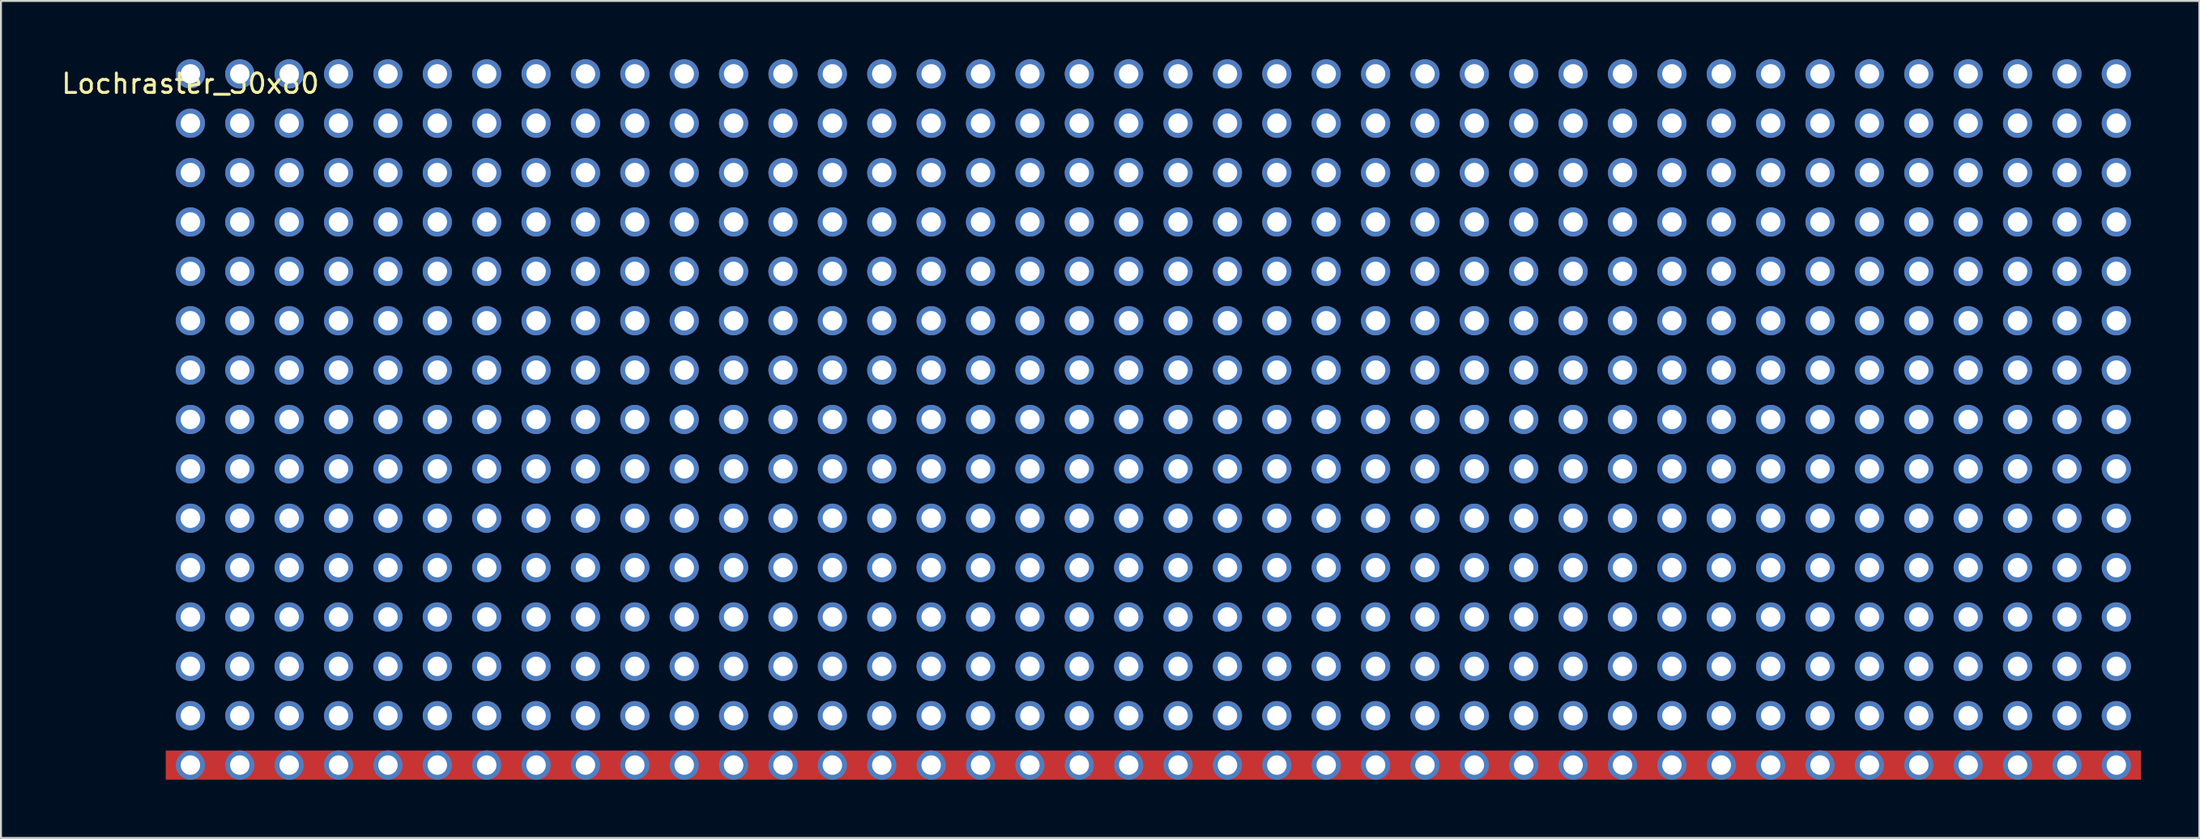
<source format=kicad_pcb>
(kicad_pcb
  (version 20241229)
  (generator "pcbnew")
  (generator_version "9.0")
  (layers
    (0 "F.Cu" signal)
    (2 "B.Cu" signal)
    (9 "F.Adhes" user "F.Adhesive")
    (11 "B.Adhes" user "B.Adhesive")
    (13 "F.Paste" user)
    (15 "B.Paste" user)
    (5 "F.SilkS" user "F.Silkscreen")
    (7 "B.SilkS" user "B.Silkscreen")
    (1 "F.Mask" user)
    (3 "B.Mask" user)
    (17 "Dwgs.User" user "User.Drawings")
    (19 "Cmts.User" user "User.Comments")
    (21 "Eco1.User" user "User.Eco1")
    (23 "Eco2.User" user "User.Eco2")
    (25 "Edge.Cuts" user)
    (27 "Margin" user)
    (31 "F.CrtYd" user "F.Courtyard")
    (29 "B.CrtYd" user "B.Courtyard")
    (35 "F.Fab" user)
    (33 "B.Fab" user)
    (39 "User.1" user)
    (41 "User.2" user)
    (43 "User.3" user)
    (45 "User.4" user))
  (footprint "Lochraster_30x80"
    (layer "F.Cu")
    (at 6.744 0.75)
    (property "Reference" "Lochraster_30x80" (at 0 0.5 0) (layer "F.SilkS") (effects (font (size 1 1) (thickness 0.15))))
    (attr through_hole)
    (pad "1" thru_hole circle (at 0 0) (size 1.5 1.5) (drill 1) (layers "*.Cu" "*.Mask"))
    (pad "2" thru_hole circle (at 2.54 0) (size 1.5 1.5) (drill 1) (layers "*.Cu" "*.Mask"))
    (pad "3" thru_hole circle (at 5.08 0) (size 1.5 1.5) (drill 1) (layers "*.Cu" "*.Mask"))
    (pad "4" thru_hole circle (at 7.62 0) (size 1.5 1.5) (drill 1) (layers "*.Cu" "*.Mask"))
    (pad "5" thru_hole circle (at 10.16 0) (size 1.5 1.5) (drill 1) (layers "*.Cu" "*.Mask"))
    (pad "6" thru_hole circle (at 12.7 0) (size 1.5 1.5) (drill 1) (layers "*.Cu" "*.Mask"))
    (pad "7" thru_hole circle (at 15.24 0) (size 1.5 1.5) (drill 1) (layers "*.Cu" "*.Mask"))
    (pad "8" thru_hole circle (at 17.78 0) (size 1.5 1.5) (drill 1) (layers "*.Cu" "*.Mask"))
    (pad "9" thru_hole circle (at 20.32 0) (size 1.5 1.5) (drill 1) (layers "*.Cu" "*.Mask"))
    (pad "10" thru_hole circle (at 22.86 0) (size 1.5 1.5) (drill 1) (layers "*.Cu" "*.Mask"))
    (pad "11" thru_hole circle (at 25.4 0) (size 1.5 1.5) (drill 1) (layers "*.Cu" "*.Mask"))
    (pad "12" thru_hole circle (at 27.94 0) (size 1.5 1.5) (drill 1) (layers "*.Cu" "*.Mask"))
    (pad "13" thru_hole circle (at 30.48 0) (size 1.5 1.5) (drill 1) (layers "*.Cu" "*.Mask"))
    (pad "14" thru_hole circle (at 33.02 0) (size 1.5 1.5) (drill 1) (layers "*.Cu" "*.Mask"))
    (pad "15" thru_hole circle (at 35.56 0) (size 1.5 1.5) (drill 1) (layers "*.Cu" "*.Mask"))
    (pad "16" thru_hole circle (at 38.1 0) (size 1.5 1.5) (drill 1) (layers "*.Cu" "*.Mask"))
    (pad "17" thru_hole circle (at 40.64 0) (size 1.5 1.5) (drill 1) (layers "*.Cu" "*.Mask"))
    (pad "18" thru_hole circle (at 43.18 0) (size 1.5 1.5) (drill 1) (layers "*.Cu" "*.Mask"))
    (pad "19" thru_hole circle (at 45.72 0) (size 1.5 1.5) (drill 1) (layers "*.Cu" "*.Mask"))
    (pad "20" thru_hole circle (at 48.26 0) (size 1.5 1.5) (drill 1) (layers "*.Cu" "*.Mask"))
    (pad "21" thru_hole circle (at 50.8 0) (size 1.5 1.5) (drill 1) (layers "*.Cu" "*.Mask"))
    (pad "22" thru_hole circle (at 53.34 0) (size 1.5 1.5) (drill 1) (layers "*.Cu" "*.Mask"))
    (pad "23" thru_hole circle (at 55.88 0) (size 1.5 1.5) (drill 1) (layers "*.Cu" "*.Mask"))
    (pad "24" thru_hole circle (at 58.42 0) (size 1.5 1.5) (drill 1) (layers "*.Cu" "*.Mask"))
    (pad "25" thru_hole circle (at 60.96 0) (size 1.5 1.5) (drill 1) (layers "*.Cu" "*.Mask"))
    (pad "26" thru_hole circle (at 63.5 0) (size 1.5 1.5) (drill 1) (layers "*.Cu" "*.Mask"))
    (pad "27" thru_hole circle (at 66.04 0) (size 1.5 1.5) (drill 1) (layers "*.Cu" "*.Mask"))
    (pad "28" thru_hole circle (at 68.58 0) (size 1.5 1.5) (drill 1) (layers "*.Cu" "*.Mask"))
    (pad "29" thru_hole circle (at 71.12 0) (size 1.5 1.5) (drill 1) (layers "*.Cu" "*.Mask"))
    (pad "30" thru_hole circle (at 73.66 0) (size 1.5 1.5) (drill 1) (layers "*.Cu" "*.Mask"))
    (pad "31" thru_hole circle (at 76.2 0) (size 1.5 1.5) (drill 1) (layers "*.Cu" "*.Mask"))
    (pad "32" thru_hole circle (at 78.74 0) (size 1.5 1.5) (drill 1) (layers "*.Cu" "*.Mask"))
    (pad "33" thru_hole circle (at 81.28 0) (size 1.5 1.5) (drill 1) (layers "*.Cu" "*.Mask"))
    (pad "34" thru_hole circle (at 83.82 0) (size 1.5 1.5) (drill 1) (layers "*.Cu" "*.Mask"))
    (pad "35" thru_hole circle (at 86.36 0) (size 1.5 1.5) (drill 1) (layers "*.Cu" "*.Mask"))
    (pad "36" thru_hole circle (at 88.9 0) (size 1.5 1.5) (drill 1) (layers "*.Cu" "*.Mask"))
    (pad "37" thru_hole circle (at 91.44 0) (size 1.5 1.5) (drill 1) (layers "*.Cu" "*.Mask"))
    (pad "38" thru_hole circle (at 93.98 0) (size 1.5 1.5) (drill 1) (layers "*.Cu" "*.Mask"))
    (pad "39" thru_hole circle (at 96.52 0) (size 1.5 1.5) (drill 1) (layers "*.Cu" "*.Mask"))
    (pad "40" thru_hole circle (at 99.06 0) (size 1.5 1.5) (drill 1) (layers "*.Cu" "*.Mask"))
    (pad "41" thru_hole circle (at 0 2.54) (size 1.5 1.5) (drill 1) (layers "*.Cu" "*.Mask"))
    (pad "42" thru_hole circle (at 2.54 2.54) (size 1.5 1.5) (drill 1) (layers "*.Cu" "*.Mask"))
    (pad "43" thru_hole circle (at 5.08 2.54) (size 1.5 1.5) (drill 1) (layers "*.Cu" "*.Mask"))
    (pad "44" thru_hole circle (at 7.62 2.54) (size 1.5 1.5) (drill 1) (layers "*.Cu" "*.Mask"))
    (pad "45" thru_hole circle (at 10.16 2.54) (size 1.5 1.5) (drill 1) (layers "*.Cu" "*.Mask"))
    (pad "46" thru_hole circle (at 12.7 2.54) (size 1.5 1.5) (drill 1) (layers "*.Cu" "*.Mask"))
    (pad "47" thru_hole circle (at 15.24 2.54) (size 1.5 1.5) (drill 1) (layers "*.Cu" "*.Mask"))
    (pad "48" thru_hole circle (at 17.78 2.54) (size 1.5 1.5) (drill 1) (layers "*.Cu" "*.Mask"))
    (pad "49" thru_hole circle (at 20.32 2.54) (size 1.5 1.5) (drill 1) (layers "*.Cu" "*.Mask"))
    (pad "50" thru_hole circle (at 22.86 2.54) (size 1.5 1.5) (drill 1) (layers "*.Cu" "*.Mask"))
    (pad "51" thru_hole circle (at 25.4 2.54) (size 1.5 1.5) (drill 1) (layers "*.Cu" "*.Mask"))
    (pad "52" thru_hole circle (at 27.94 2.54) (size 1.5 1.5) (drill 1) (layers "*.Cu" "*.Mask"))
    (pad "53" thru_hole circle (at 30.48 2.54) (size 1.5 1.5) (drill 1) (layers "*.Cu" "*.Mask"))
    (pad "54" thru_hole circle (at 33.02 2.54) (size 1.5 1.5) (drill 1) (layers "*.Cu" "*.Mask"))
    (pad "55" thru_hole circle (at 35.56 2.54) (size 1.5 1.5) (drill 1) (layers "*.Cu" "*.Mask"))
    (pad "56" thru_hole circle (at 38.1 2.54) (size 1.5 1.5) (drill 1) (layers "*.Cu" "*.Mask"))
    (pad "57" thru_hole circle (at 40.64 2.54) (size 1.5 1.5) (drill 1) (layers "*.Cu" "*.Mask"))
    (pad "58" thru_hole circle (at 43.18 2.54) (size 1.5 1.5) (drill 1) (layers "*.Cu" "*.Mask"))
    (pad "59" thru_hole circle (at 45.72 2.54) (size 1.5 1.5) (drill 1) (layers "*.Cu" "*.Mask"))
    (pad "60" thru_hole circle (at 48.26 2.54) (size 1.5 1.5) (drill 1) (layers "*.Cu" "*.Mask"))
    (pad "61" thru_hole circle (at 50.8 2.54) (size 1.5 1.5) (drill 1) (layers "*.Cu" "*.Mask"))
    (pad "62" thru_hole circle (at 53.34 2.54) (size 1.5 1.5) (drill 1) (layers "*.Cu" "*.Mask"))
    (pad "63" thru_hole circle (at 55.88 2.54) (size 1.5 1.5) (drill 1) (layers "*.Cu" "*.Mask"))
    (pad "64" thru_hole circle (at 58.42 2.54) (size 1.5 1.5) (drill 1) (layers "*.Cu" "*.Mask"))
    (pad "65" thru_hole circle (at 60.96 2.54) (size 1.5 1.5) (drill 1) (layers "*.Cu" "*.Mask"))
    (pad "66" thru_hole circle (at 63.5 2.54) (size 1.5 1.5) (drill 1) (layers "*.Cu" "*.Mask"))
    (pad "67" thru_hole circle (at 66.04 2.54) (size 1.5 1.5) (drill 1) (layers "*.Cu" "*.Mask"))
    (pad "68" thru_hole circle (at 68.58 2.54) (size 1.5 1.5) (drill 1) (layers "*.Cu" "*.Mask"))
    (pad "69" thru_hole circle (at 71.12 2.54) (size 1.5 1.5) (drill 1) (layers "*.Cu" "*.Mask"))
    (pad "70" thru_hole circle (at 73.66 2.54) (size 1.5 1.5) (drill 1) (layers "*.Cu" "*.Mask"))
    (pad "71" thru_hole circle (at 76.2 2.54) (size 1.5 1.5) (drill 1) (layers "*.Cu" "*.Mask"))
    (pad "72" thru_hole circle (at 78.74 2.54) (size 1.5 1.5) (drill 1) (layers "*.Cu" "*.Mask"))
    (pad "73" thru_hole circle (at 81.28 2.54) (size 1.5 1.5) (drill 1) (layers "*.Cu" "*.Mask"))
    (pad "74" thru_hole circle (at 83.82 2.54) (size 1.5 1.5) (drill 1) (layers "*.Cu" "*.Mask"))
    (pad "75" thru_hole circle (at 86.36 2.54) (size 1.5 1.5) (drill 1) (layers "*.Cu" "*.Mask"))
    (pad "76" thru_hole circle (at 88.9 2.54) (size 1.5 1.5) (drill 1) (layers "*.Cu" "*.Mask"))
    (pad "77" thru_hole circle (at 91.44 2.54) (size 1.5 1.5) (drill 1) (layers "*.Cu" "*.Mask"))
    (pad "78" thru_hole circle (at 93.98 2.54) (size 1.5 1.5) (drill 1) (layers "*.Cu" "*.Mask"))
    (pad "79" thru_hole circle (at 96.52 2.54) (size 1.5 1.5) (drill 1) (layers "*.Cu" "*.Mask"))
    (pad "80" thru_hole circle (at 99.06 2.54) (size 1.5 1.5) (drill 1) (layers "*.Cu" "*.Mask"))
    (pad "81" thru_hole circle (at 0 5.08) (size 1.5 1.5) (drill 1) (layers "*.Cu" "*.Mask"))
    (pad "82" thru_hole circle (at 2.54 5.08) (size 1.5 1.5) (drill 1) (layers "*.Cu" "*.Mask"))
    (pad "83" thru_hole circle (at 5.08 5.08) (size 1.5 1.5) (drill 1) (layers "*.Cu" "*.Mask"))
    (pad "84" thru_hole circle (at 7.62 5.08) (size 1.5 1.5) (drill 1) (layers "*.Cu" "*.Mask"))
    (pad "85" thru_hole circle (at 10.16 5.08) (size 1.5 1.5) (drill 1) (layers "*.Cu" "*.Mask"))
    (pad "86" thru_hole circle (at 12.7 5.08) (size 1.5 1.5) (drill 1) (layers "*.Cu" "*.Mask"))
    (pad "87" thru_hole circle (at 15.24 5.08) (size 1.5 1.5) (drill 1) (layers "*.Cu" "*.Mask"))
    (pad "88" thru_hole circle (at 17.78 5.08) (size 1.5 1.5) (drill 1) (layers "*.Cu" "*.Mask"))
    (pad "89" thru_hole circle (at 20.32 5.08) (size 1.5 1.5) (drill 1) (layers "*.Cu" "*.Mask"))
    (pad "90" thru_hole circle (at 22.86 5.08) (size 1.5 1.5) (drill 1) (layers "*.Cu" "*.Mask"))
    (pad "91" thru_hole circle (at 25.4 5.08) (size 1.5 1.5) (drill 1) (layers "*.Cu" "*.Mask"))
    (pad "92" thru_hole circle (at 27.94 5.08) (size 1.5 1.5) (drill 1) (layers "*.Cu" "*.Mask"))
    (pad "93" thru_hole circle (at 30.48 5.08) (size 1.5 1.5) (drill 1) (layers "*.Cu" "*.Mask"))
    (pad "94" thru_hole circle (at 33.02 5.08) (size 1.5 1.5) (drill 1) (layers "*.Cu" "*.Mask"))
    (pad "95" thru_hole circle (at 35.56 5.08) (size 1.5 1.5) (drill 1) (layers "*.Cu" "*.Mask"))
    (pad "96" thru_hole circle (at 38.1 5.08) (size 1.5 1.5) (drill 1) (layers "*.Cu" "*.Mask"))
    (pad "97" thru_hole circle (at 40.64 5.08) (size 1.5 1.5) (drill 1) (layers "*.Cu" "*.Mask"))
    (pad "98" thru_hole circle (at 43.18 5.08) (size 1.5 1.5) (drill 1) (layers "*.Cu" "*.Mask"))
    (pad "99" thru_hole circle (at 45.72 5.08) (size 1.5 1.5) (drill 1) (layers "*.Cu" "*.Mask"))
    (pad "100" thru_hole circle (at 48.26 5.08) (size 1.5 1.5) (drill 1) (layers "*.Cu" "*.Mask"))
    (pad "101" thru_hole circle (at 50.8 5.08) (size 1.5 1.5) (drill 1) (layers "*.Cu" "*.Mask"))
    (pad "102" thru_hole circle (at 53.34 5.08) (size 1.5 1.5) (drill 1) (layers "*.Cu" "*.Mask"))
    (pad "103" thru_hole circle (at 55.88 5.08) (size 1.5 1.5) (drill 1) (layers "*.Cu" "*.Mask"))
    (pad "104" thru_hole circle (at 58.42 5.08) (size 1.5 1.5) (drill 1) (layers "*.Cu" "*.Mask"))
    (pad "105" thru_hole circle (at 60.96 5.08) (size 1.5 1.5) (drill 1) (layers "*.Cu" "*.Mask"))
    (pad "106" thru_hole circle (at 63.5 5.08) (size 1.5 1.5) (drill 1) (layers "*.Cu" "*.Mask"))
    (pad "107" thru_hole circle (at 66.04 5.08) (size 1.5 1.5) (drill 1) (layers "*.Cu" "*.Mask"))
    (pad "108" thru_hole circle (at 68.58 5.08) (size 1.5 1.5) (drill 1) (layers "*.Cu" "*.Mask"))
    (pad "109" thru_hole circle (at 71.12 5.08) (size 1.5 1.5) (drill 1) (layers "*.Cu" "*.Mask"))
    (pad "110" thru_hole circle (at 73.66 5.08) (size 1.5 1.5) (drill 1) (layers "*.Cu" "*.Mask"))
    (pad "111" thru_hole circle (at 76.2 5.08) (size 1.5 1.5) (drill 1) (layers "*.Cu" "*.Mask"))
    (pad "112" thru_hole circle (at 78.74 5.08) (size 1.5 1.5) (drill 1) (layers "*.Cu" "*.Mask"))
    (pad "113" thru_hole circle (at 81.28 5.08) (size 1.5 1.5) (drill 1) (layers "*.Cu" "*.Mask"))
    (pad "114" thru_hole circle (at 83.82 5.08) (size 1.5 1.5) (drill 1) (layers "*.Cu" "*.Mask"))
    (pad "115" thru_hole circle (at 86.36 5.08) (size 1.5 1.5) (drill 1) (layers "*.Cu" "*.Mask"))
    (pad "116" thru_hole circle (at 88.9 5.08) (size 1.5 1.5) (drill 1) (layers "*.Cu" "*.Mask"))
    (pad "117" thru_hole circle (at 91.44 5.08) (size 1.5 1.5) (drill 1) (layers "*.Cu" "*.Mask"))
    (pad "118" thru_hole circle (at 93.98 5.08) (size 1.5 1.5) (drill 1) (layers "*.Cu" "*.Mask"))
    (pad "119" thru_hole circle (at 96.52 5.08) (size 1.5 1.5) (drill 1) (layers "*.Cu" "*.Mask"))
    (pad "120" thru_hole circle (at 99.06 5.08) (size 1.5 1.5) (drill 1) (layers "*.Cu" "*.Mask"))
    (pad "121" thru_hole circle (at 0 7.62) (size 1.5 1.5) (drill 1) (layers "*.Cu" "*.Mask"))
    (pad "122" thru_hole circle (at 2.54 7.62) (size 1.5 1.5) (drill 1) (layers "*.Cu" "*.Mask"))
    (pad "123" thru_hole circle (at 5.08 7.62) (size 1.5 1.5) (drill 1) (layers "*.Cu" "*.Mask"))
    (pad "124" thru_hole circle (at 7.62 7.62) (size 1.5 1.5) (drill 1) (layers "*.Cu" "*.Mask"))
    (pad "125" thru_hole circle (at 10.16 7.62) (size 1.5 1.5) (drill 1) (layers "*.Cu" "*.Mask"))
    (pad "126" thru_hole circle (at 12.7 7.62) (size 1.5 1.5) (drill 1) (layers "*.Cu" "*.Mask"))
    (pad "127" thru_hole circle (at 15.24 7.62) (size 1.5 1.5) (drill 1) (layers "*.Cu" "*.Mask"))
    (pad "128" thru_hole circle (at 17.78 7.62) (size 1.5 1.5) (drill 1) (layers "*.Cu" "*.Mask"))
    (pad "129" thru_hole circle (at 20.32 7.62) (size 1.5 1.5) (drill 1) (layers "*.Cu" "*.Mask"))
    (pad "130" thru_hole circle (at 22.86 7.62) (size 1.5 1.5) (drill 1) (layers "*.Cu" "*.Mask"))
    (pad "131" thru_hole circle (at 25.4 7.62) (size 1.5 1.5) (drill 1) (layers "*.Cu" "*.Mask"))
    (pad "132" thru_hole circle (at 27.94 7.62) (size 1.5 1.5) (drill 1) (layers "*.Cu" "*.Mask"))
    (pad "133" thru_hole circle (at 30.48 7.62) (size 1.5 1.5) (drill 1) (layers "*.Cu" "*.Mask"))
    (pad "134" thru_hole circle (at 33.02 7.62) (size 1.5 1.5) (drill 1) (layers "*.Cu" "*.Mask"))
    (pad "135" thru_hole circle (at 35.56 7.62) (size 1.5 1.5) (drill 1) (layers "*.Cu" "*.Mask"))
    (pad "136" thru_hole circle (at 38.1 7.62) (size 1.5 1.5) (drill 1) (layers "*.Cu" "*.Mask"))
    (pad "137" thru_hole circle (at 40.64 7.62) (size 1.5 1.5) (drill 1) (layers "*.Cu" "*.Mask"))
    (pad "138" thru_hole circle (at 43.18 7.62) (size 1.5 1.5) (drill 1) (layers "*.Cu" "*.Mask"))
    (pad "139" thru_hole circle (at 45.72 7.62) (size 1.5 1.5) (drill 1) (layers "*.Cu" "*.Mask"))
    (pad "140" thru_hole circle (at 48.26 7.62) (size 1.5 1.5) (drill 1) (layers "*.Cu" "*.Mask"))
    (pad "141" thru_hole circle (at 50.8 7.62) (size 1.5 1.5) (drill 1) (layers "*.Cu" "*.Mask"))
    (pad "142" thru_hole circle (at 53.34 7.62) (size 1.5 1.5) (drill 1) (layers "*.Cu" "*.Mask"))
    (pad "143" thru_hole circle (at 55.88 7.62) (size 1.5 1.5) (drill 1) (layers "*.Cu" "*.Mask"))
    (pad "144" thru_hole circle (at 58.42 7.62) (size 1.5 1.5) (drill 1) (layers "*.Cu" "*.Mask"))
    (pad "145" thru_hole circle (at 60.96 7.62) (size 1.5 1.5) (drill 1) (layers "*.Cu" "*.Mask"))
    (pad "146" thru_hole circle (at 63.5 7.62) (size 1.5 1.5) (drill 1) (layers "*.Cu" "*.Mask"))
    (pad "147" thru_hole circle (at 66.04 7.62) (size 1.5 1.5) (drill 1) (layers "*.Cu" "*.Mask"))
    (pad "148" thru_hole circle (at 68.58 7.62) (size 1.5 1.5) (drill 1) (layers "*.Cu" "*.Mask"))
    (pad "149" thru_hole circle (at 71.12 7.62) (size 1.5 1.5) (drill 1) (layers "*.Cu" "*.Mask"))
    (pad "150" thru_hole circle (at 73.66 7.62) (size 1.5 1.5) (drill 1) (layers "*.Cu" "*.Mask"))
    (pad "151" thru_hole circle (at 76.2 7.62) (size 1.5 1.5) (drill 1) (layers "*.Cu" "*.Mask"))
    (pad "152" thru_hole circle (at 78.74 7.62) (size 1.5 1.5) (drill 1) (layers "*.Cu" "*.Mask"))
    (pad "153" thru_hole circle (at 81.28 7.62) (size 1.5 1.5) (drill 1) (layers "*.Cu" "*.Mask"))
    (pad "154" thru_hole circle (at 83.82 7.62) (size 1.5 1.5) (drill 1) (layers "*.Cu" "*.Mask"))
    (pad "155" thru_hole circle (at 86.36 7.62) (size 1.5 1.5) (drill 1) (layers "*.Cu" "*.Mask"))
    (pad "156" thru_hole circle (at 88.9 7.62) (size 1.5 1.5) (drill 1) (layers "*.Cu" "*.Mask"))
    (pad "157" thru_hole circle (at 91.44 7.62) (size 1.5 1.5) (drill 1) (layers "*.Cu" "*.Mask"))
    (pad "158" thru_hole circle (at 93.98 7.62) (size 1.5 1.5) (drill 1) (layers "*.Cu" "*.Mask"))
    (pad "159" thru_hole circle (at 96.52 7.62) (size 1.5 1.5) (drill 1) (layers "*.Cu" "*.Mask"))
    (pad "160" thru_hole circle (at 99.06 7.62) (size 1.5 1.5) (drill 1) (layers "*.Cu" "*.Mask"))
    (pad "161" thru_hole circle (at 0 10.16) (size 1.5 1.5) (drill 1) (layers "*.Cu" "*.Mask"))
    (pad "162" thru_hole circle (at 2.54 10.16) (size 1.5 1.5) (drill 1) (layers "*.Cu" "*.Mask"))
    (pad "163" thru_hole circle (at 5.08 10.16) (size 1.5 1.5) (drill 1) (layers "*.Cu" "*.Mask"))
    (pad "164" thru_hole circle (at 7.62 10.16) (size 1.5 1.5) (drill 1) (layers "*.Cu" "*.Mask"))
    (pad "165" thru_hole circle (at 10.16 10.16) (size 1.5 1.5) (drill 1) (layers "*.Cu" "*.Mask"))
    (pad "166" thru_hole circle (at 12.7 10.16) (size 1.5 1.5) (drill 1) (layers "*.Cu" "*.Mask"))
    (pad "167" thru_hole circle (at 15.24 10.16) (size 1.5 1.5) (drill 1) (layers "*.Cu" "*.Mask"))
    (pad "168" thru_hole circle (at 17.78 10.16) (size 1.5 1.5) (drill 1) (layers "*.Cu" "*.Mask"))
    (pad "169" thru_hole circle (at 20.32 10.16) (size 1.5 1.5) (drill 1) (layers "*.Cu" "*.Mask"))
    (pad "170" thru_hole circle (at 22.86 10.16) (size 1.5 1.5) (drill 1) (layers "*.Cu" "*.Mask"))
    (pad "171" thru_hole circle (at 25.4 10.16) (size 1.5 1.5) (drill 1) (layers "*.Cu" "*.Mask"))
    (pad "172" thru_hole circle (at 27.94 10.16) (size 1.5 1.5) (drill 1) (layers "*.Cu" "*.Mask"))
    (pad "173" thru_hole circle (at 30.48 10.16) (size 1.5 1.5) (drill 1) (layers "*.Cu" "*.Mask"))
    (pad "174" thru_hole circle (at 33.02 10.16) (size 1.5 1.5) (drill 1) (layers "*.Cu" "*.Mask"))
    (pad "175" thru_hole circle (at 35.56 10.16) (size 1.5 1.5) (drill 1) (layers "*.Cu" "*.Mask"))
    (pad "176" thru_hole circle (at 38.1 10.16) (size 1.5 1.5) (drill 1) (layers "*.Cu" "*.Mask"))
    (pad "177" thru_hole circle (at 40.64 10.16) (size 1.5 1.5) (drill 1) (layers "*.Cu" "*.Mask"))
    (pad "178" thru_hole circle (at 43.18 10.16) (size 1.5 1.5) (drill 1) (layers "*.Cu" "*.Mask"))
    (pad "179" thru_hole circle (at 45.72 10.16) (size 1.5 1.5) (drill 1) (layers "*.Cu" "*.Mask"))
    (pad "180" thru_hole circle (at 48.26 10.16) (size 1.5 1.5) (drill 1) (layers "*.Cu" "*.Mask"))
    (pad "181" thru_hole circle (at 50.8 10.16) (size 1.5 1.5) (drill 1) (layers "*.Cu" "*.Mask"))
    (pad "182" thru_hole circle (at 53.34 10.16) (size 1.5 1.5) (drill 1) (layers "*.Cu" "*.Mask"))
    (pad "183" thru_hole circle (at 55.88 10.16) (size 1.5 1.5) (drill 1) (layers "*.Cu" "*.Mask"))
    (pad "184" thru_hole circle (at 58.42 10.16) (size 1.5 1.5) (drill 1) (layers "*.Cu" "*.Mask"))
    (pad "185" thru_hole circle (at 60.96 10.16) (size 1.5 1.5) (drill 1) (layers "*.Cu" "*.Mask"))
    (pad "186" thru_hole circle (at 63.5 10.16) (size 1.5 1.5) (drill 1) (layers "*.Cu" "*.Mask"))
    (pad "187" thru_hole circle (at 66.04 10.16) (size 1.5 1.5) (drill 1) (layers "*.Cu" "*.Mask"))
    (pad "188" thru_hole circle (at 68.58 10.16) (size 1.5 1.5) (drill 1) (layers "*.Cu" "*.Mask"))
    (pad "189" thru_hole circle (at 71.12 10.16) (size 1.5 1.5) (drill 1) (layers "*.Cu" "*.Mask"))
    (pad "190" thru_hole circle (at 73.66 10.16) (size 1.5 1.5) (drill 1) (layers "*.Cu" "*.Mask"))
    (pad "191" thru_hole circle (at 76.2 10.16) (size 1.5 1.5) (drill 1) (layers "*.Cu" "*.Mask"))
    (pad "192" thru_hole circle (at 78.74 10.16) (size 1.5 1.5) (drill 1) (layers "*.Cu" "*.Mask"))
    (pad "193" thru_hole circle (at 81.28 10.16) (size 1.5 1.5) (drill 1) (layers "*.Cu" "*.Mask"))
    (pad "194" thru_hole circle (at 83.82 10.16) (size 1.5 1.5) (drill 1) (layers "*.Cu" "*.Mask"))
    (pad "195" thru_hole circle (at 86.36 10.16) (size 1.5 1.5) (drill 1) (layers "*.Cu" "*.Mask"))
    (pad "196" thru_hole circle (at 88.9 10.16) (size 1.5 1.5) (drill 1) (layers "*.Cu" "*.Mask"))
    (pad "197" thru_hole circle (at 91.44 10.16) (size 1.5 1.5) (drill 1) (layers "*.Cu" "*.Mask"))
    (pad "198" thru_hole circle (at 93.98 10.16) (size 1.5 1.5) (drill 1) (layers "*.Cu" "*.Mask"))
    (pad "199" thru_hole circle (at 96.52 10.16) (size 1.5 1.5) (drill 1) (layers "*.Cu" "*.Mask"))
    (pad "200" thru_hole circle (at 99.06 10.16) (size 1.5 1.5) (drill 1) (layers "*.Cu" "*.Mask"))
    (pad "201" thru_hole circle (at 0 12.7) (size 1.5 1.5) (drill 1) (layers "*.Cu" "*.Mask"))
    (pad "202" thru_hole circle (at 2.54 12.7) (size 1.5 1.5) (drill 1) (layers "*.Cu" "*.Mask"))
    (pad "203" thru_hole circle (at 5.08 12.7) (size 1.5 1.5) (drill 1) (layers "*.Cu" "*.Mask"))
    (pad "204" thru_hole circle (at 7.62 12.7) (size 1.5 1.5) (drill 1) (layers "*.Cu" "*.Mask"))
    (pad "205" thru_hole circle (at 10.16 12.7) (size 1.5 1.5) (drill 1) (layers "*.Cu" "*.Mask"))
    (pad "206" thru_hole circle (at 12.7 12.7) (size 1.5 1.5) (drill 1) (layers "*.Cu" "*.Mask"))
    (pad "207" thru_hole circle (at 15.24 12.7) (size 1.5 1.5) (drill 1) (layers "*.Cu" "*.Mask"))
    (pad "208" thru_hole circle (at 17.78 12.7) (size 1.5 1.5) (drill 1) (layers "*.Cu" "*.Mask"))
    (pad "209" thru_hole circle (at 20.32 12.7) (size 1.5 1.5) (drill 1) (layers "*.Cu" "*.Mask"))
    (pad "210" thru_hole circle (at 22.86 12.7) (size 1.5 1.5) (drill 1) (layers "*.Cu" "*.Mask"))
    (pad "211" thru_hole circle (at 25.4 12.7) (size 1.5 1.5) (drill 1) (layers "*.Cu" "*.Mask"))
    (pad "212" thru_hole circle (at 27.94 12.7) (size 1.5 1.5) (drill 1) (layers "*.Cu" "*.Mask"))
    (pad "213" thru_hole circle (at 30.48 12.7) (size 1.5 1.5) (drill 1) (layers "*.Cu" "*.Mask"))
    (pad "214" thru_hole circle (at 33.02 12.7) (size 1.5 1.5) (drill 1) (layers "*.Cu" "*.Mask"))
    (pad "215" thru_hole circle (at 35.56 12.7) (size 1.5 1.5) (drill 1) (layers "*.Cu" "*.Mask"))
    (pad "216" thru_hole circle (at 38.1 12.7) (size 1.5 1.5) (drill 1) (layers "*.Cu" "*.Mask"))
    (pad "217" thru_hole circle (at 40.64 12.7) (size 1.5 1.5) (drill 1) (layers "*.Cu" "*.Mask"))
    (pad "218" thru_hole circle (at 43.18 12.7) (size 1.5 1.5) (drill 1) (layers "*.Cu" "*.Mask"))
    (pad "219" thru_hole circle (at 45.72 12.7) (size 1.5 1.5) (drill 1) (layers "*.Cu" "*.Mask"))
    (pad "220" thru_hole circle (at 48.26 12.7) (size 1.5 1.5) (drill 1) (layers "*.Cu" "*.Mask"))
    (pad "221" thru_hole circle (at 50.8 12.7) (size 1.5 1.5) (drill 1) (layers "*.Cu" "*.Mask"))
    (pad "222" thru_hole circle (at 53.34 12.7) (size 1.5 1.5) (drill 1) (layers "*.Cu" "*.Mask"))
    (pad "223" thru_hole circle (at 55.88 12.7) (size 1.5 1.5) (drill 1) (layers "*.Cu" "*.Mask"))
    (pad "224" thru_hole circle (at 58.42 12.7) (size 1.5 1.5) (drill 1) (layers "*.Cu" "*.Mask"))
    (pad "225" thru_hole circle (at 60.96 12.7) (size 1.5 1.5) (drill 1) (layers "*.Cu" "*.Mask"))
    (pad "226" thru_hole circle (at 63.5 12.7) (size 1.5 1.5) (drill 1) (layers "*.Cu" "*.Mask"))
    (pad "227" thru_hole circle (at 66.04 12.7) (size 1.5 1.5) (drill 1) (layers "*.Cu" "*.Mask"))
    (pad "228" thru_hole circle (at 68.58 12.7) (size 1.5 1.5) (drill 1) (layers "*.Cu" "*.Mask"))
    (pad "229" thru_hole circle (at 71.12 12.7) (size 1.5 1.5) (drill 1) (layers "*.Cu" "*.Mask"))
    (pad "230" thru_hole circle (at 73.66 12.7) (size 1.5 1.5) (drill 1) (layers "*.Cu" "*.Mask"))
    (pad "231" thru_hole circle (at 76.2 12.7) (size 1.5 1.5) (drill 1) (layers "*.Cu" "*.Mask"))
    (pad "232" thru_hole circle (at 78.74 12.7) (size 1.5 1.5) (drill 1) (layers "*.Cu" "*.Mask"))
    (pad "233" thru_hole circle (at 81.28 12.7) (size 1.5 1.5) (drill 1) (layers "*.Cu" "*.Mask"))
    (pad "234" thru_hole circle (at 83.82 12.7) (size 1.5 1.5) (drill 1) (layers "*.Cu" "*.Mask"))
    (pad "235" thru_hole circle (at 86.36 12.7) (size 1.5 1.5) (drill 1) (layers "*.Cu" "*.Mask"))
    (pad "236" thru_hole circle (at 88.9 12.7) (size 1.5 1.5) (drill 1) (layers "*.Cu" "*.Mask"))
    (pad "237" thru_hole circle (at 91.44 12.7) (size 1.5 1.5) (drill 1) (layers "*.Cu" "*.Mask"))
    (pad "238" thru_hole circle (at 93.98 12.7) (size 1.5 1.5) (drill 1) (layers "*.Cu" "*.Mask"))
    (pad "239" thru_hole circle (at 96.52 12.7) (size 1.5 1.5) (drill 1) (layers "*.Cu" "*.Mask"))
    (pad "240" thru_hole circle (at 99.06 12.7) (size 1.5 1.5) (drill 1) (layers "*.Cu" "*.Mask"))
    (pad "241" thru_hole circle (at 0 15.24) (size 1.5 1.5) (drill 1) (layers "*.Cu" "*.Mask"))
    (pad "242" thru_hole circle (at 2.54 15.24) (size 1.5 1.5) (drill 1) (layers "*.Cu" "*.Mask"))
    (pad "243" thru_hole circle (at 5.08 15.24) (size 1.5 1.5) (drill 1) (layers "*.Cu" "*.Mask"))
    (pad "244" thru_hole circle (at 7.62 15.24) (size 1.5 1.5) (drill 1) (layers "*.Cu" "*.Mask"))
    (pad "245" thru_hole circle (at 10.16 15.24) (size 1.5 1.5) (drill 1) (layers "*.Cu" "*.Mask"))
    (pad "246" thru_hole circle (at 12.7 15.24) (size 1.5 1.5) (drill 1) (layers "*.Cu" "*.Mask"))
    (pad "247" thru_hole circle (at 15.24 15.24) (size 1.5 1.5) (drill 1) (layers "*.Cu" "*.Mask"))
    (pad "248" thru_hole circle (at 17.78 15.24) (size 1.5 1.5) (drill 1) (layers "*.Cu" "*.Mask"))
    (pad "249" thru_hole circle (at 20.32 15.24) (size 1.5 1.5) (drill 1) (layers "*.Cu" "*.Mask"))
    (pad "250" thru_hole circle (at 22.86 15.24) (size 1.5 1.5) (drill 1) (layers "*.Cu" "*.Mask"))
    (pad "251" thru_hole circle (at 25.4 15.24) (size 1.5 1.5) (drill 1) (layers "*.Cu" "*.Mask"))
    (pad "252" thru_hole circle (at 27.94 15.24) (size 1.5 1.5) (drill 1) (layers "*.Cu" "*.Mask"))
    (pad "253" thru_hole circle (at 30.48 15.24) (size 1.5 1.5) (drill 1) (layers "*.Cu" "*.Mask"))
    (pad "254" thru_hole circle (at 33.02 15.24) (size 1.5 1.5) (drill 1) (layers "*.Cu" "*.Mask"))
    (pad "255" thru_hole circle (at 35.56 15.24) (size 1.5 1.5) (drill 1) (layers "*.Cu" "*.Mask"))
    (pad "256" thru_hole circle (at 38.1 15.24) (size 1.5 1.5) (drill 1) (layers "*.Cu" "*.Mask"))
    (pad "257" thru_hole circle (at 40.64 15.24) (size 1.5 1.5) (drill 1) (layers "*.Cu" "*.Mask"))
    (pad "258" thru_hole circle (at 43.18 15.24) (size 1.5 1.5) (drill 1) (layers "*.Cu" "*.Mask"))
    (pad "259" thru_hole circle (at 45.72 15.24) (size 1.5 1.5) (drill 1) (layers "*.Cu" "*.Mask"))
    (pad "260" thru_hole circle (at 48.26 15.24) (size 1.5 1.5) (drill 1) (layers "*.Cu" "*.Mask"))
    (pad "261" thru_hole circle (at 50.8 15.24) (size 1.5 1.5) (drill 1) (layers "*.Cu" "*.Mask"))
    (pad "262" thru_hole circle (at 53.34 15.24) (size 1.5 1.5) (drill 1) (layers "*.Cu" "*.Mask"))
    (pad "263" thru_hole circle (at 55.88 15.24) (size 1.5 1.5) (drill 1) (layers "*.Cu" "*.Mask"))
    (pad "264" thru_hole circle (at 58.42 15.24) (size 1.5 1.5) (drill 1) (layers "*.Cu" "*.Mask"))
    (pad "265" thru_hole circle (at 60.96 15.24) (size 1.5 1.5) (drill 1) (layers "*.Cu" "*.Mask"))
    (pad "266" thru_hole circle (at 63.5 15.24) (size 1.5 1.5) (drill 1) (layers "*.Cu" "*.Mask"))
    (pad "267" thru_hole circle (at 66.04 15.24) (size 1.5 1.5) (drill 1) (layers "*.Cu" "*.Mask"))
    (pad "268" thru_hole circle (at 68.58 15.24) (size 1.5 1.5) (drill 1) (layers "*.Cu" "*.Mask"))
    (pad "269" thru_hole circle (at 71.12 15.24) (size 1.5 1.5) (drill 1) (layers "*.Cu" "*.Mask"))
    (pad "270" thru_hole circle (at 73.66 15.24) (size 1.5 1.5) (drill 1) (layers "*.Cu" "*.Mask"))
    (pad "271" thru_hole circle (at 76.2 15.24) (size 1.5 1.5) (drill 1) (layers "*.Cu" "*.Mask"))
    (pad "272" thru_hole circle (at 78.74 15.24) (size 1.5 1.5) (drill 1) (layers "*.Cu" "*.Mask"))
    (pad "273" thru_hole circle (at 81.28 15.24) (size 1.5 1.5) (drill 1) (layers "*.Cu" "*.Mask"))
    (pad "274" thru_hole circle (at 83.82 15.24) (size 1.5 1.5) (drill 1) (layers "*.Cu" "*.Mask"))
    (pad "275" thru_hole circle (at 86.36 15.24) (size 1.5 1.5) (drill 1) (layers "*.Cu" "*.Mask"))
    (pad "276" thru_hole circle (at 88.9 15.24) (size 1.5 1.5) (drill 1) (layers "*.Cu" "*.Mask"))
    (pad "277" thru_hole circle (at 91.44 15.24) (size 1.5 1.5) (drill 1) (layers "*.Cu" "*.Mask"))
    (pad "278" thru_hole circle (at 93.98 15.24) (size 1.5 1.5) (drill 1) (layers "*.Cu" "*.Mask"))
    (pad "279" thru_hole circle (at 96.52 15.24) (size 1.5 1.5) (drill 1) (layers "*.Cu" "*.Mask"))
    (pad "280" thru_hole circle (at 99.06 15.24) (size 1.5 1.5) (drill 1) (layers "*.Cu" "*.Mask"))
    (pad "281" thru_hole circle (at 0 17.78) (size 1.5 1.5) (drill 1) (layers "*.Cu" "*.Mask"))
    (pad "282" thru_hole circle (at 2.54 17.78) (size 1.5 1.5) (drill 1) (layers "*.Cu" "*.Mask"))
    (pad "283" thru_hole circle (at 5.08 17.78) (size 1.5 1.5) (drill 1) (layers "*.Cu" "*.Mask"))
    (pad "284" thru_hole circle (at 7.62 17.78) (size 1.5 1.5) (drill 1) (layers "*.Cu" "*.Mask"))
    (pad "285" thru_hole circle (at 10.16 17.78) (size 1.5 1.5) (drill 1) (layers "*.Cu" "*.Mask"))
    (pad "286" thru_hole circle (at 12.7 17.78) (size 1.5 1.5) (drill 1) (layers "*.Cu" "*.Mask"))
    (pad "287" thru_hole circle (at 15.24 17.78) (size 1.5 1.5) (drill 1) (layers "*.Cu" "*.Mask"))
    (pad "288" thru_hole circle (at 17.78 17.78) (size 1.5 1.5) (drill 1) (layers "*.Cu" "*.Mask"))
    (pad "289" thru_hole circle (at 20.32 17.78) (size 1.5 1.5) (drill 1) (layers "*.Cu" "*.Mask"))
    (pad "290" thru_hole circle (at 22.86 17.78) (size 1.5 1.5) (drill 1) (layers "*.Cu" "*.Mask"))
    (pad "291" thru_hole circle (at 25.4 17.78) (size 1.5 1.5) (drill 1) (layers "*.Cu" "*.Mask"))
    (pad "292" thru_hole circle (at 27.94 17.78) (size 1.5 1.5) (drill 1) (layers "*.Cu" "*.Mask"))
    (pad "293" thru_hole circle (at 30.48 17.78) (size 1.5 1.5) (drill 1) (layers "*.Cu" "*.Mask"))
    (pad "294" thru_hole circle (at 33.02 17.78) (size 1.5 1.5) (drill 1) (layers "*.Cu" "*.Mask"))
    (pad "295" thru_hole circle (at 35.56 17.78) (size 1.5 1.5) (drill 1) (layers "*.Cu" "*.Mask"))
    (pad "296" thru_hole circle (at 38.1 17.78) (size 1.5 1.5) (drill 1) (layers "*.Cu" "*.Mask"))
    (pad "297" thru_hole circle (at 40.64 17.78) (size 1.5 1.5) (drill 1) (layers "*.Cu" "*.Mask"))
    (pad "298" thru_hole circle (at 43.18 17.78) (size 1.5 1.5) (drill 1) (layers "*.Cu" "*.Mask"))
    (pad "299" thru_hole circle (at 45.72 17.78) (size 1.5 1.5) (drill 1) (layers "*.Cu" "*.Mask"))
    (pad "300" thru_hole circle (at 48.26 17.78) (size 1.5 1.5) (drill 1) (layers "*.Cu" "*.Mask"))
    (pad "301" thru_hole circle (at 50.8 17.78) (size 1.5 1.5) (drill 1) (layers "*.Cu" "*.Mask"))
    (pad "302" thru_hole circle (at 53.34 17.78) (size 1.5 1.5) (drill 1) (layers "*.Cu" "*.Mask"))
    (pad "303" thru_hole circle (at 55.88 17.78) (size 1.5 1.5) (drill 1) (layers "*.Cu" "*.Mask"))
    (pad "304" thru_hole circle (at 58.42 17.78) (size 1.5 1.5) (drill 1) (layers "*.Cu" "*.Mask"))
    (pad "305" thru_hole circle (at 60.96 17.78) (size 1.5 1.5) (drill 1) (layers "*.Cu" "*.Mask"))
    (pad "306" thru_hole circle (at 63.5 17.78) (size 1.5 1.5) (drill 1) (layers "*.Cu" "*.Mask"))
    (pad "307" thru_hole circle (at 66.04 17.78) (size 1.5 1.5) (drill 1) (layers "*.Cu" "*.Mask"))
    (pad "308" thru_hole circle (at 68.58 17.78) (size 1.5 1.5) (drill 1) (layers "*.Cu" "*.Mask"))
    (pad "309" thru_hole circle (at 71.12 17.78) (size 1.5 1.5) (drill 1) (layers "*.Cu" "*.Mask"))
    (pad "310" thru_hole circle (at 73.66 17.78) (size 1.5 1.5) (drill 1) (layers "*.Cu" "*.Mask"))
    (pad "311" thru_hole circle (at 76.2 17.78) (size 1.5 1.5) (drill 1) (layers "*.Cu" "*.Mask"))
    (pad "312" thru_hole circle (at 78.74 17.78) (size 1.5 1.5) (drill 1) (layers "*.Cu" "*.Mask"))
    (pad "313" thru_hole circle (at 81.28 17.78) (size 1.5 1.5) (drill 1) (layers "*.Cu" "*.Mask"))
    (pad "314" thru_hole circle (at 83.82 17.78) (size 1.5 1.5) (drill 1) (layers "*.Cu" "*.Mask"))
    (pad "315" thru_hole circle (at 86.36 17.78) (size 1.5 1.5) (drill 1) (layers "*.Cu" "*.Mask"))
    (pad "316" thru_hole circle (at 88.9 17.78) (size 1.5 1.5) (drill 1) (layers "*.Cu" "*.Mask"))
    (pad "317" thru_hole circle (at 91.44 17.78) (size 1.5 1.5) (drill 1) (layers "*.Cu" "*.Mask"))
    (pad "318" thru_hole circle (at 93.98 17.78) (size 1.5 1.5) (drill 1) (layers "*.Cu" "*.Mask"))
    (pad "319" thru_hole circle (at 96.52 17.78) (size 1.5 1.5) (drill 1) (layers "*.Cu" "*.Mask"))
    (pad "320" thru_hole circle (at 99.06 17.78) (size 1.5 1.5) (drill 1) (layers "*.Cu" "*.Mask"))
    (pad "321" thru_hole circle (at 0 20.32) (size 1.5 1.5) (drill 1) (layers "*.Cu" "*.Mask"))
    (pad "322" thru_hole circle (at 2.54 20.32) (size 1.5 1.5) (drill 1) (layers "*.Cu" "*.Mask"))
    (pad "323" thru_hole circle (at 5.08 20.32) (size 1.5 1.5) (drill 1) (layers "*.Cu" "*.Mask"))
    (pad "324" thru_hole circle (at 7.62 20.32) (size 1.5 1.5) (drill 1) (layers "*.Cu" "*.Mask"))
    (pad "325" thru_hole circle (at 10.16 20.32) (size 1.5 1.5) (drill 1) (layers "*.Cu" "*.Mask"))
    (pad "326" thru_hole circle (at 12.7 20.32) (size 1.5 1.5) (drill 1) (layers "*.Cu" "*.Mask"))
    (pad "327" thru_hole circle (at 15.24 20.32) (size 1.5 1.5) (drill 1) (layers "*.Cu" "*.Mask"))
    (pad "328" thru_hole circle (at 17.78 20.32) (size 1.5 1.5) (drill 1) (layers "*.Cu" "*.Mask"))
    (pad "329" thru_hole circle (at 20.32 20.32) (size 1.5 1.5) (drill 1) (layers "*.Cu" "*.Mask"))
    (pad "330" thru_hole circle (at 22.86 20.32) (size 1.5 1.5) (drill 1) (layers "*.Cu" "*.Mask"))
    (pad "331" thru_hole circle (at 25.4 20.32) (size 1.5 1.5) (drill 1) (layers "*.Cu" "*.Mask"))
    (pad "332" thru_hole circle (at 27.94 20.32) (size 1.5 1.5) (drill 1) (layers "*.Cu" "*.Mask"))
    (pad "333" thru_hole circle (at 30.48 20.32) (size 1.5 1.5) (drill 1) (layers "*.Cu" "*.Mask"))
    (pad "334" thru_hole circle (at 33.02 20.32) (size 1.5 1.5) (drill 1) (layers "*.Cu" "*.Mask"))
    (pad "335" thru_hole circle (at 35.56 20.32) (size 1.5 1.5) (drill 1) (layers "*.Cu" "*.Mask"))
    (pad "336" thru_hole circle (at 38.1 20.32) (size 1.5 1.5) (drill 1) (layers "*.Cu" "*.Mask"))
    (pad "337" thru_hole circle (at 40.64 20.32) (size 1.5 1.5) (drill 1) (layers "*.Cu" "*.Mask"))
    (pad "338" thru_hole circle (at 43.18 20.32) (size 1.5 1.5) (drill 1) (layers "*.Cu" "*.Mask"))
    (pad "339" thru_hole circle (at 45.72 20.32) (size 1.5 1.5) (drill 1) (layers "*.Cu" "*.Mask"))
    (pad "340" thru_hole circle (at 48.26 20.32) (size 1.5 1.5) (drill 1) (layers "*.Cu" "*.Mask"))
    (pad "341" thru_hole circle (at 50.8 20.32) (size 1.5 1.5) (drill 1) (layers "*.Cu" "*.Mask"))
    (pad "342" thru_hole circle (at 53.34 20.32) (size 1.5 1.5) (drill 1) (layers "*.Cu" "*.Mask"))
    (pad "343" thru_hole circle (at 55.88 20.32) (size 1.5 1.5) (drill 1) (layers "*.Cu" "*.Mask"))
    (pad "344" thru_hole circle (at 58.42 20.32) (size 1.5 1.5) (drill 1) (layers "*.Cu" "*.Mask"))
    (pad "345" thru_hole circle (at 60.96 20.32) (size 1.5 1.5) (drill 1) (layers "*.Cu" "*.Mask"))
    (pad "346" thru_hole circle (at 63.5 20.32) (size 1.5 1.5) (drill 1) (layers "*.Cu" "*.Mask"))
    (pad "347" thru_hole circle (at 66.04 20.32) (size 1.5 1.5) (drill 1) (layers "*.Cu" "*.Mask"))
    (pad "348" thru_hole circle (at 68.58 20.32) (size 1.5 1.5) (drill 1) (layers "*.Cu" "*.Mask"))
    (pad "349" thru_hole circle (at 71.12 20.32) (size 1.5 1.5) (drill 1) (layers "*.Cu" "*.Mask"))
    (pad "350" thru_hole circle (at 73.66 20.32) (size 1.5 1.5) (drill 1) (layers "*.Cu" "*.Mask"))
    (pad "351" thru_hole circle (at 76.2 20.32) (size 1.5 1.5) (drill 1) (layers "*.Cu" "*.Mask"))
    (pad "352" thru_hole circle (at 78.74 20.32) (size 1.5 1.5) (drill 1) (layers "*.Cu" "*.Mask"))
    (pad "353" thru_hole circle (at 81.28 20.32) (size 1.5 1.5) (drill 1) (layers "*.Cu" "*.Mask"))
    (pad "354" thru_hole circle (at 83.82 20.32) (size 1.5 1.5) (drill 1) (layers "*.Cu" "*.Mask"))
    (pad "355" thru_hole circle (at 86.36 20.32) (size 1.5 1.5) (drill 1) (layers "*.Cu" "*.Mask"))
    (pad "356" thru_hole circle (at 88.9 20.32) (size 1.5 1.5) (drill 1) (layers "*.Cu" "*.Mask"))
    (pad "357" thru_hole circle (at 91.44 20.32) (size 1.5 1.5) (drill 1) (layers "*.Cu" "*.Mask"))
    (pad "358" thru_hole circle (at 93.98 20.32) (size 1.5 1.5) (drill 1) (layers "*.Cu" "*.Mask"))
    (pad "359" thru_hole circle (at 96.52 20.32) (size 1.5 1.5) (drill 1) (layers "*.Cu" "*.Mask"))
    (pad "360" thru_hole circle (at 99.06 20.32) (size 1.5 1.5) (drill 1) (layers "*.Cu" "*.Mask"))
    (pad "361" thru_hole circle (at 0 22.86) (size 1.5 1.5) (drill 1) (layers "*.Cu" "*.Mask"))
    (pad "362" thru_hole circle (at 2.54 22.86) (size 1.5 1.5) (drill 1) (layers "*.Cu" "*.Mask"))
    (pad "363" thru_hole circle (at 5.08 22.86) (size 1.5 1.5) (drill 1) (layers "*.Cu" "*.Mask"))
    (pad "364" thru_hole circle (at 7.62 22.86) (size 1.5 1.5) (drill 1) (layers "*.Cu" "*.Mask"))
    (pad "365" thru_hole circle (at 10.16 22.86) (size 1.5 1.5) (drill 1) (layers "*.Cu" "*.Mask"))
    (pad "366" thru_hole circle (at 12.7 22.86) (size 1.5 1.5) (drill 1) (layers "*.Cu" "*.Mask"))
    (pad "367" thru_hole circle (at 15.24 22.86) (size 1.5 1.5) (drill 1) (layers "*.Cu" "*.Mask"))
    (pad "368" thru_hole circle (at 17.78 22.86) (size 1.5 1.5) (drill 1) (layers "*.Cu" "*.Mask"))
    (pad "369" thru_hole circle (at 20.32 22.86) (size 1.5 1.5) (drill 1) (layers "*.Cu" "*.Mask"))
    (pad "370" thru_hole circle (at 22.86 22.86) (size 1.5 1.5) (drill 1) (layers "*.Cu" "*.Mask"))
    (pad "371" thru_hole circle (at 25.4 22.86) (size 1.5 1.5) (drill 1) (layers "*.Cu" "*.Mask"))
    (pad "372" thru_hole circle (at 27.94 22.86) (size 1.5 1.5) (drill 1) (layers "*.Cu" "*.Mask"))
    (pad "373" thru_hole circle (at 30.48 22.86) (size 1.5 1.5) (drill 1) (layers "*.Cu" "*.Mask"))
    (pad "374" thru_hole circle (at 33.02 22.86) (size 1.5 1.5) (drill 1) (layers "*.Cu" "*.Mask"))
    (pad "375" thru_hole circle (at 35.56 22.86) (size 1.5 1.5) (drill 1) (layers "*.Cu" "*.Mask"))
    (pad "376" thru_hole circle (at 38.1 22.86) (size 1.5 1.5) (drill 1) (layers "*.Cu" "*.Mask"))
    (pad "377" thru_hole circle (at 40.64 22.86) (size 1.5 1.5) (drill 1) (layers "*.Cu" "*.Mask"))
    (pad "378" thru_hole circle (at 43.18 22.86) (size 1.5 1.5) (drill 1) (layers "*.Cu" "*.Mask"))
    (pad "379" thru_hole circle (at 45.72 22.86) (size 1.5 1.5) (drill 1) (layers "*.Cu" "*.Mask"))
    (pad "380" thru_hole circle (at 48.26 22.86) (size 1.5 1.5) (drill 1) (layers "*.Cu" "*.Mask"))
    (pad "381" thru_hole circle (at 50.8 22.86) (size 1.5 1.5) (drill 1) (layers "*.Cu" "*.Mask"))
    (pad "382" thru_hole circle (at 53.34 22.86) (size 1.5 1.5) (drill 1) (layers "*.Cu" "*.Mask"))
    (pad "383" thru_hole circle (at 55.88 22.86) (size 1.5 1.5) (drill 1) (layers "*.Cu" "*.Mask"))
    (pad "384" thru_hole circle (at 58.42 22.86) (size 1.5 1.5) (drill 1) (layers "*.Cu" "*.Mask"))
    (pad "385" thru_hole circle (at 60.96 22.86) (size 1.5 1.5) (drill 1) (layers "*.Cu" "*.Mask"))
    (pad "386" thru_hole circle (at 63.5 22.86) (size 1.5 1.5) (drill 1) (layers "*.Cu" "*.Mask"))
    (pad "387" thru_hole circle (at 66.04 22.86) (size 1.5 1.5) (drill 1) (layers "*.Cu" "*.Mask"))
    (pad "388" thru_hole circle (at 68.58 22.86) (size 1.5 1.5) (drill 1) (layers "*.Cu" "*.Mask"))
    (pad "389" thru_hole circle (at 71.12 22.86) (size 1.5 1.5) (drill 1) (layers "*.Cu" "*.Mask"))
    (pad "390" thru_hole circle (at 73.66 22.86) (size 1.5 1.5) (drill 1) (layers "*.Cu" "*.Mask"))
    (pad "391" thru_hole circle (at 76.2 22.86) (size 1.5 1.5) (drill 1) (layers "*.Cu" "*.Mask"))
    (pad "392" thru_hole circle (at 78.74 22.86) (size 1.5 1.5) (drill 1) (layers "*.Cu" "*.Mask"))
    (pad "393" thru_hole circle (at 81.28 22.86) (size 1.5 1.5) (drill 1) (layers "*.Cu" "*.Mask"))
    (pad "394" thru_hole circle (at 83.82 22.86) (size 1.5 1.5) (drill 1) (layers "*.Cu" "*.Mask"))
    (pad "395" thru_hole circle (at 86.36 22.86) (size 1.5 1.5) (drill 1) (layers "*.Cu" "*.Mask"))
    (pad "396" thru_hole circle (at 88.9 22.86) (size 1.5 1.5) (drill 1) (layers "*.Cu" "*.Mask"))
    (pad "397" thru_hole circle (at 91.44 22.86) (size 1.5 1.5) (drill 1) (layers "*.Cu" "*.Mask"))
    (pad "398" thru_hole circle (at 93.98 22.86) (size 1.5 1.5) (drill 1) (layers "*.Cu" "*.Mask"))
    (pad "399" thru_hole circle (at 96.52 22.86) (size 1.5 1.5) (drill 1) (layers "*.Cu" "*.Mask"))
    (pad "400" thru_hole circle (at 99.06 22.86) (size 1.5 1.5) (drill 1) (layers "*.Cu" "*.Mask"))
    (pad "401" thru_hole circle (at 0 25.4) (size 1.5 1.5) (drill 1) (layers "*.Cu" "*.Mask"))
    (pad "402" thru_hole circle (at 2.54 25.4) (size 1.5 1.5) (drill 1) (layers "*.Cu" "*.Mask"))
    (pad "403" thru_hole circle (at 5.08 25.4) (size 1.5 1.5) (drill 1) (layers "*.Cu" "*.Mask"))
    (pad "404" thru_hole circle (at 7.62 25.4) (size 1.5 1.5) (drill 1) (layers "*.Cu" "*.Mask"))
    (pad "405" thru_hole circle (at 10.16 25.4) (size 1.5 1.5) (drill 1) (layers "*.Cu" "*.Mask"))
    (pad "406" thru_hole circle (at 12.7 25.4) (size 1.5 1.5) (drill 1) (layers "*.Cu" "*.Mask"))
    (pad "407" thru_hole circle (at 15.24 25.4) (size 1.5 1.5) (drill 1) (layers "*.Cu" "*.Mask"))
    (pad "408" thru_hole circle (at 17.78 25.4) (size 1.5 1.5) (drill 1) (layers "*.Cu" "*.Mask"))
    (pad "409" thru_hole circle (at 20.32 25.4) (size 1.5 1.5) (drill 1) (layers "*.Cu" "*.Mask"))
    (pad "410" thru_hole circle (at 22.86 25.4) (size 1.5 1.5) (drill 1) (layers "*.Cu" "*.Mask"))
    (pad "411" thru_hole circle (at 25.4 25.4) (size 1.5 1.5) (drill 1) (layers "*.Cu" "*.Mask"))
    (pad "412" thru_hole circle (at 27.94 25.4) (size 1.5 1.5) (drill 1) (layers "*.Cu" "*.Mask"))
    (pad "413" thru_hole circle (at 30.48 25.4) (size 1.5 1.5) (drill 1) (layers "*.Cu" "*.Mask"))
    (pad "414" thru_hole circle (at 33.02 25.4) (size 1.5 1.5) (drill 1) (layers "*.Cu" "*.Mask"))
    (pad "415" thru_hole circle (at 35.56 25.4) (size 1.5 1.5) (drill 1) (layers "*.Cu" "*.Mask"))
    (pad "416" thru_hole circle (at 38.1 25.4) (size 1.5 1.5) (drill 1) (layers "*.Cu" "*.Mask"))
    (pad "417" thru_hole circle (at 40.64 25.4) (size 1.5 1.5) (drill 1) (layers "*.Cu" "*.Mask"))
    (pad "418" thru_hole circle (at 43.18 25.4) (size 1.5 1.5) (drill 1) (layers "*.Cu" "*.Mask"))
    (pad "419" thru_hole circle (at 45.72 25.4) (size 1.5 1.5) (drill 1) (layers "*.Cu" "*.Mask"))
    (pad "420" thru_hole circle (at 48.26 25.4) (size 1.5 1.5) (drill 1) (layers "*.Cu" "*.Mask"))
    (pad "421" thru_hole circle (at 50.8 25.4) (size 1.5 1.5) (drill 1) (layers "*.Cu" "*.Mask"))
    (pad "422" thru_hole circle (at 53.34 25.4) (size 1.5 1.5) (drill 1) (layers "*.Cu" "*.Mask"))
    (pad "423" thru_hole circle (at 55.88 25.4) (size 1.5 1.5) (drill 1) (layers "*.Cu" "*.Mask"))
    (pad "424" thru_hole circle (at 58.42 25.4) (size 1.5 1.5) (drill 1) (layers "*.Cu" "*.Mask"))
    (pad "425" thru_hole circle (at 60.96 25.4) (size 1.5 1.5) (drill 1) (layers "*.Cu" "*.Mask"))
    (pad "426" thru_hole circle (at 63.5 25.4) (size 1.5 1.5) (drill 1) (layers "*.Cu" "*.Mask"))
    (pad "427" thru_hole circle (at 66.04 25.4) (size 1.5 1.5) (drill 1) (layers "*.Cu" "*.Mask"))
    (pad "428" thru_hole circle (at 68.58 25.4) (size 1.5 1.5) (drill 1) (layers "*.Cu" "*.Mask"))
    (pad "429" thru_hole circle (at 71.12 25.4) (size 1.5 1.5) (drill 1) (layers "*.Cu" "*.Mask"))
    (pad "430" thru_hole circle (at 73.66 25.4) (size 1.5 1.5) (drill 1) (layers "*.Cu" "*.Mask"))
    (pad "431" thru_hole circle (at 76.2 25.4) (size 1.5 1.5) (drill 1) (layers "*.Cu" "*.Mask"))
    (pad "432" thru_hole circle (at 78.74 25.4) (size 1.5 1.5) (drill 1) (layers "*.Cu" "*.Mask"))
    (pad "433" thru_hole circle (at 81.28 25.4) (size 1.5 1.5) (drill 1) (layers "*.Cu" "*.Mask"))
    (pad "434" thru_hole circle (at 83.82 25.4) (size 1.5 1.5) (drill 1) (layers "*.Cu" "*.Mask"))
    (pad "435" thru_hole circle (at 86.36 25.4) (size 1.5 1.5) (drill 1) (layers "*.Cu" "*.Mask"))
    (pad "436" thru_hole circle (at 88.9 25.4) (size 1.5 1.5) (drill 1) (layers "*.Cu" "*.Mask"))
    (pad "437" thru_hole circle (at 91.44 25.4) (size 1.5 1.5) (drill 1) (layers "*.Cu" "*.Mask"))
    (pad "438" thru_hole circle (at 93.98 25.4) (size 1.5 1.5) (drill 1) (layers "*.Cu" "*.Mask"))
    (pad "439" thru_hole circle (at 96.52 25.4) (size 1.5 1.5) (drill 1) (layers "*.Cu" "*.Mask"))
    (pad "440" thru_hole circle (at 99.06 25.4) (size 1.5 1.5) (drill 1) (layers "*.Cu" "*.Mask"))
    (pad "441" thru_hole circle (at 0 27.94) (size 1.5 1.5) (drill 1) (layers "*.Cu" "*.Mask"))
    (pad "442" thru_hole circle (at 2.54 27.94) (size 1.5 1.5) (drill 1) (layers "*.Cu" "*.Mask"))
    (pad "443" thru_hole circle (at 5.08 27.94) (size 1.5 1.5) (drill 1) (layers "*.Cu" "*.Mask"))
    (pad "444" thru_hole circle (at 7.62 27.94) (size 1.5 1.5) (drill 1) (layers "*.Cu" "*.Mask"))
    (pad "445" thru_hole circle (at 10.16 27.94) (size 1.5 1.5) (drill 1) (layers "*.Cu" "*.Mask"))
    (pad "446" thru_hole circle (at 12.7 27.94) (size 1.5 1.5) (drill 1) (layers "*.Cu" "*.Mask"))
    (pad "447" thru_hole circle (at 15.24 27.94) (size 1.5 1.5) (drill 1) (layers "*.Cu" "*.Mask"))
    (pad "448" thru_hole circle (at 17.78 27.94) (size 1.5 1.5) (drill 1) (layers "*.Cu" "*.Mask"))
    (pad "449" thru_hole circle (at 20.32 27.94) (size 1.5 1.5) (drill 1) (layers "*.Cu" "*.Mask"))
    (pad "450" thru_hole circle (at 22.86 27.94) (size 1.5 1.5) (drill 1) (layers "*.Cu" "*.Mask"))
    (pad "451" thru_hole circle (at 25.4 27.94) (size 1.5 1.5) (drill 1) (layers "*.Cu" "*.Mask"))
    (pad "452" thru_hole circle (at 27.94 27.94) (size 1.5 1.5) (drill 1) (layers "*.Cu" "*.Mask"))
    (pad "453" thru_hole circle (at 30.48 27.94) (size 1.5 1.5) (drill 1) (layers "*.Cu" "*.Mask"))
    (pad "454" thru_hole circle (at 33.02 27.94) (size 1.5 1.5) (drill 1) (layers "*.Cu" "*.Mask"))
    (pad "455" thru_hole circle (at 35.56 27.94) (size 1.5 1.5) (drill 1) (layers "*.Cu" "*.Mask"))
    (pad "456" thru_hole circle (at 38.1 27.94) (size 1.5 1.5) (drill 1) (layers "*.Cu" "*.Mask"))
    (pad "457" thru_hole circle (at 40.64 27.94) (size 1.5 1.5) (drill 1) (layers "*.Cu" "*.Mask"))
    (pad "458" thru_hole circle (at 43.18 27.94) (size 1.5 1.5) (drill 1) (layers "*.Cu" "*.Mask"))
    (pad "459" thru_hole circle (at 45.72 27.94) (size 1.5 1.5) (drill 1) (layers "*.Cu" "*.Mask"))
    (pad "460" thru_hole circle (at 48.26 27.94) (size 1.5 1.5) (drill 1) (layers "*.Cu" "*.Mask"))
    (pad "461" thru_hole circle (at 50.8 27.94) (size 1.5 1.5) (drill 1) (layers "*.Cu" "*.Mask"))
    (pad "462" thru_hole circle (at 53.34 27.94) (size 1.5 1.5) (drill 1) (layers "*.Cu" "*.Mask"))
    (pad "463" thru_hole circle (at 55.88 27.94) (size 1.5 1.5) (drill 1) (layers "*.Cu" "*.Mask"))
    (pad "464" thru_hole circle (at 58.42 27.94) (size 1.5 1.5) (drill 1) (layers "*.Cu" "*.Mask"))
    (pad "465" thru_hole circle (at 60.96 27.94) (size 1.5 1.5) (drill 1) (layers "*.Cu" "*.Mask"))
    (pad "466" thru_hole circle (at 63.5 27.94) (size 1.5 1.5) (drill 1) (layers "*.Cu" "*.Mask"))
    (pad "467" thru_hole circle (at 66.04 27.94) (size 1.5 1.5) (drill 1) (layers "*.Cu" "*.Mask"))
    (pad "468" thru_hole circle (at 68.58 27.94) (size 1.5 1.5) (drill 1) (layers "*.Cu" "*.Mask"))
    (pad "469" thru_hole circle (at 71.12 27.94) (size 1.5 1.5) (drill 1) (layers "*.Cu" "*.Mask"))
    (pad "470" thru_hole circle (at 73.66 27.94) (size 1.5 1.5) (drill 1) (layers "*.Cu" "*.Mask"))
    (pad "471" thru_hole circle (at 76.2 27.94) (size 1.5 1.5) (drill 1) (layers "*.Cu" "*.Mask"))
    (pad "472" thru_hole circle (at 78.74 27.94) (size 1.5 1.5) (drill 1) (layers "*.Cu" "*.Mask"))
    (pad "473" thru_hole circle (at 81.28 27.94) (size 1.5 1.5) (drill 1) (layers "*.Cu" "*.Mask"))
    (pad "474" thru_hole circle (at 83.82 27.94) (size 1.5 1.5) (drill 1) (layers "*.Cu" "*.Mask"))
    (pad "475" thru_hole circle (at 86.36 27.94) (size 1.5 1.5) (drill 1) (layers "*.Cu" "*.Mask"))
    (pad "476" thru_hole circle (at 88.9 27.94) (size 1.5 1.5) (drill 1) (layers "*.Cu" "*.Mask"))
    (pad "477" thru_hole circle (at 91.44 27.94) (size 1.5 1.5) (drill 1) (layers "*.Cu" "*.Mask"))
    (pad "478" thru_hole circle (at 93.98 27.94) (size 1.5 1.5) (drill 1) (layers "*.Cu" "*.Mask"))
    (pad "479" thru_hole circle (at 96.52 27.94) (size 1.5 1.5) (drill 1) (layers "*.Cu" "*.Mask"))
    (pad "480" thru_hole circle (at 99.06 27.94) (size 1.5 1.5) (drill 1) (layers "*.Cu" "*.Mask"))
    (pad "481" thru_hole circle (at 0 30.48) (size 1.5 1.5) (drill 1) (layers "*.Cu" "*.Mask"))
    (pad "482" thru_hole circle (at 2.54 30.48) (size 1.5 1.5) (drill 1) (layers "*.Cu" "*.Mask"))
    (pad "483" thru_hole circle (at 5.08 30.48) (size 1.5 1.5) (drill 1) (layers "*.Cu" "*.Mask"))
    (pad "484" thru_hole circle (at 7.62 30.48) (size 1.5 1.5) (drill 1) (layers "*.Cu" "*.Mask"))
    (pad "485" thru_hole circle (at 10.16 30.48) (size 1.5 1.5) (drill 1) (layers "*.Cu" "*.Mask"))
    (pad "486" thru_hole circle (at 12.7 30.48) (size 1.5 1.5) (drill 1) (layers "*.Cu" "*.Mask"))
    (pad "487" thru_hole circle (at 15.24 30.48) (size 1.5 1.5) (drill 1) (layers "*.Cu" "*.Mask"))
    (pad "488" thru_hole circle (at 17.78 30.48) (size 1.5 1.5) (drill 1) (layers "*.Cu" "*.Mask"))
    (pad "489" thru_hole circle (at 20.32 30.48) (size 1.5 1.5) (drill 1) (layers "*.Cu" "*.Mask"))
    (pad "490" thru_hole circle (at 22.86 30.48) (size 1.5 1.5) (drill 1) (layers "*.Cu" "*.Mask"))
    (pad "491" thru_hole circle (at 25.4 30.48) (size 1.5 1.5) (drill 1) (layers "*.Cu" "*.Mask"))
    (pad "492" thru_hole circle (at 27.94 30.48) (size 1.5 1.5) (drill 1) (layers "*.Cu" "*.Mask"))
    (pad "493" thru_hole circle (at 30.48 30.48) (size 1.5 1.5) (drill 1) (layers "*.Cu" "*.Mask"))
    (pad "494" thru_hole circle (at 33.02 30.48) (size 1.5 1.5) (drill 1) (layers "*.Cu" "*.Mask"))
    (pad "495" thru_hole circle (at 35.56 30.48) (size 1.5 1.5) (drill 1) (layers "*.Cu" "*.Mask"))
    (pad "496" thru_hole circle (at 38.1 30.48) (size 1.5 1.5) (drill 1) (layers "*.Cu" "*.Mask"))
    (pad "497" thru_hole circle (at 40.64 30.48) (size 1.5 1.5) (drill 1) (layers "*.Cu" "*.Mask"))
    (pad "498" thru_hole circle (at 43.18 30.48) (size 1.5 1.5) (drill 1) (layers "*.Cu" "*.Mask"))
    (pad "499" thru_hole circle (at 45.72 30.48) (size 1.5 1.5) (drill 1) (layers "*.Cu" "*.Mask"))
    (pad "500" thru_hole circle (at 48.26 30.48) (size 1.5 1.5) (drill 1) (layers "*.Cu" "*.Mask"))
    (pad "501" thru_hole circle (at 50.8 30.48) (size 1.5 1.5) (drill 1) (layers "*.Cu" "*.Mask"))
    (pad "502" thru_hole circle (at 53.34 30.48) (size 1.5 1.5) (drill 1) (layers "*.Cu" "*.Mask"))
    (pad "503" thru_hole circle (at 55.88 30.48) (size 1.5 1.5) (drill 1) (layers "*.Cu" "*.Mask"))
    (pad "504" thru_hole circle (at 58.42 30.48) (size 1.5 1.5) (drill 1) (layers "*.Cu" "*.Mask"))
    (pad "505" thru_hole circle (at 60.96 30.48) (size 1.5 1.5) (drill 1) (layers "*.Cu" "*.Mask"))
    (pad "506" thru_hole circle (at 63.5 30.48) (size 1.5 1.5) (drill 1) (layers "*.Cu" "*.Mask"))
    (pad "507" thru_hole circle (at 66.04 30.48) (size 1.5 1.5) (drill 1) (layers "*.Cu" "*.Mask"))
    (pad "508" thru_hole circle (at 68.58 30.48) (size 1.5 1.5) (drill 1) (layers "*.Cu" "*.Mask"))
    (pad "509" thru_hole circle (at 71.12 30.48) (size 1.5 1.5) (drill 1) (layers "*.Cu" "*.Mask"))
    (pad "510" thru_hole circle (at 73.66 30.48) (size 1.5 1.5) (drill 1) (layers "*.Cu" "*.Mask"))
    (pad "511" thru_hole circle (at 76.2 30.48) (size 1.5 1.5) (drill 1) (layers "*.Cu" "*.Mask"))
    (pad "512" thru_hole circle (at 78.74 30.48) (size 1.5 1.5) (drill 1) (layers "*.Cu" "*.Mask"))
    (pad "513" thru_hole circle (at 81.28 30.48) (size 1.5 1.5) (drill 1) (layers "*.Cu" "*.Mask"))
    (pad "514" thru_hole circle (at 83.82 30.48) (size 1.5 1.5) (drill 1) (layers "*.Cu" "*.Mask"))
    (pad "515" thru_hole circle (at 86.36 30.48) (size 1.5 1.5) (drill 1) (layers "*.Cu" "*.Mask"))
    (pad "516" thru_hole circle (at 88.9 30.48) (size 1.5 1.5) (drill 1) (layers "*.Cu" "*.Mask"))
    (pad "517" thru_hole circle (at 91.44 30.48) (size 1.5 1.5) (drill 1) (layers "*.Cu" "*.Mask"))
    (pad "518" thru_hole circle (at 93.98 30.48) (size 1.5 1.5) (drill 1) (layers "*.Cu" "*.Mask"))
    (pad "519" thru_hole circle (at 96.52 30.48) (size 1.5 1.5) (drill 1) (layers "*.Cu" "*.Mask"))
    (pad "520" thru_hole circle (at 99.06 30.48) (size 1.5 1.5) (drill 1) (layers "*.Cu" "*.Mask"))
    (pad "521" thru_hole circle (at 0 33.02) (size 1.5 1.5) (drill 1) (layers "*.Cu" "*.Mask"))
    (pad "522" thru_hole circle (at 2.54 33.02) (size 1.5 1.5) (drill 1) (layers "*.Cu" "*.Mask"))
    (pad "523" thru_hole circle (at 5.08 33.02) (size 1.5 1.5) (drill 1) (layers "*.Cu" "*.Mask"))
    (pad "524" thru_hole circle (at 7.62 33.02) (size 1.5 1.5) (drill 1) (layers "*.Cu" "*.Mask"))
    (pad "525" thru_hole circle (at 10.16 33.02) (size 1.5 1.5) (drill 1) (layers "*.Cu" "*.Mask"))
    (pad "526" thru_hole circle (at 12.7 33.02) (size 1.5 1.5) (drill 1) (layers "*.Cu" "*.Mask"))
    (pad "527" thru_hole circle (at 15.24 33.02) (size 1.5 1.5) (drill 1) (layers "*.Cu" "*.Mask"))
    (pad "528" thru_hole circle (at 17.78 33.02) (size 1.5 1.5) (drill 1) (layers "*.Cu" "*.Mask"))
    (pad "529" thru_hole circle (at 20.32 33.02) (size 1.5 1.5) (drill 1) (layers "*.Cu" "*.Mask"))
    (pad "530" thru_hole circle (at 22.86 33.02) (size 1.5 1.5) (drill 1) (layers "*.Cu" "*.Mask"))
    (pad "531" thru_hole circle (at 25.4 33.02) (size 1.5 1.5) (drill 1) (layers "*.Cu" "*.Mask"))
    (pad "532" thru_hole circle (at 27.94 33.02) (size 1.5 1.5) (drill 1) (layers "*.Cu" "*.Mask"))
    (pad "533" thru_hole circle (at 30.48 33.02) (size 1.5 1.5) (drill 1) (layers "*.Cu" "*.Mask"))
    (pad "534" thru_hole circle (at 33.02 33.02) (size 1.5 1.5) (drill 1) (layers "*.Cu" "*.Mask"))
    (pad "535" thru_hole circle (at 35.56 33.02) (size 1.5 1.5) (drill 1) (layers "*.Cu" "*.Mask"))
    (pad "536" thru_hole circle (at 38.1 33.02) (size 1.5 1.5) (drill 1) (layers "*.Cu" "*.Mask"))
    (pad "537" thru_hole circle (at 40.64 33.02) (size 1.5 1.5) (drill 1) (layers "*.Cu" "*.Mask"))
    (pad "538" thru_hole circle (at 43.18 33.02) (size 1.5 1.5) (drill 1) (layers "*.Cu" "*.Mask"))
    (pad "539" thru_hole circle (at 45.72 33.02) (size 1.5 1.5) (drill 1) (layers "*.Cu" "*.Mask"))
    (pad "540" thru_hole circle (at 48.26 33.02) (size 1.5 1.5) (drill 1) (layers "*.Cu" "*.Mask"))
    (pad "541" thru_hole circle (at 50.8 33.02) (size 1.5 1.5) (drill 1) (layers "*.Cu" "*.Mask"))
    (pad "542" thru_hole circle (at 53.34 33.02) (size 1.5 1.5) (drill 1) (layers "*.Cu" "*.Mask"))
    (pad "543" thru_hole circle (at 55.88 33.02) (size 1.5 1.5) (drill 1) (layers "*.Cu" "*.Mask"))
    (pad "544" thru_hole circle (at 58.42 33.02) (size 1.5 1.5) (drill 1) (layers "*.Cu" "*.Mask"))
    (pad "545" thru_hole circle (at 60.96 33.02) (size 1.5 1.5) (drill 1) (layers "*.Cu" "*.Mask"))
    (pad "546" thru_hole circle (at 63.5 33.02) (size 1.5 1.5) (drill 1) (layers "*.Cu" "*.Mask"))
    (pad "547" thru_hole circle (at 66.04 33.02) (size 1.5 1.5) (drill 1) (layers "*.Cu" "*.Mask"))
    (pad "548" thru_hole circle (at 68.58 33.02) (size 1.5 1.5) (drill 1) (layers "*.Cu" "*.Mask"))
    (pad "549" thru_hole circle (at 71.12 33.02) (size 1.5 1.5) (drill 1) (layers "*.Cu" "*.Mask"))
    (pad "550" thru_hole circle (at 73.66 33.02) (size 1.5 1.5) (drill 1) (layers "*.Cu" "*.Mask"))
    (pad "551" thru_hole circle (at 76.2 33.02) (size 1.5 1.5) (drill 1) (layers "*.Cu" "*.Mask"))
    (pad "552" thru_hole circle (at 78.74 33.02) (size 1.5 1.5) (drill 1) (layers "*.Cu" "*.Mask"))
    (pad "553" thru_hole circle (at 81.28 33.02) (size 1.5 1.5) (drill 1) (layers "*.Cu" "*.Mask"))
    (pad "554" thru_hole circle (at 83.82 33.02) (size 1.5 1.5) (drill 1) (layers "*.Cu" "*.Mask"))
    (pad "555" thru_hole circle (at 86.36 33.02) (size 1.5 1.5) (drill 1) (layers "*.Cu" "*.Mask"))
    (pad "556" thru_hole circle (at 88.9 33.02) (size 1.5 1.5) (drill 1) (layers "*.Cu" "*.Mask"))
    (pad "557" thru_hole circle (at 91.44 33.02) (size 1.5 1.5) (drill 1) (layers "*.Cu" "*.Mask"))
    (pad "558" thru_hole circle (at 93.98 33.02) (size 1.5 1.5) (drill 1) (layers "*.Cu" "*.Mask"))
    (pad "559" thru_hole circle (at 96.52 33.02) (size 1.5 1.5) (drill 1) (layers "*.Cu" "*.Mask"))
    (pad "560" thru_hole circle (at 99.06 33.02) (size 1.5 1.5) (drill 1) (layers "*.Cu" "*.Mask"))
    (pad "561" thru_hole circle (at 0 35.56) (size 1.5 1.5) (drill 1) (layers "*.Cu" "*.Mask"))
    (pad "562" thru_hole circle (at 2.54 35.56) (size 1.5 1.5) (drill 1) (layers "*.Cu" "*.Mask"))
    (pad "563" thru_hole circle (at 5.08 35.56) (size 1.5 1.5) (drill 1) (layers "*.Cu" "*.Mask"))
    (pad "564" thru_hole circle (at 7.62 35.56) (size 1.5 1.5) (drill 1) (layers "*.Cu" "*.Mask"))
    (pad "565" thru_hole circle (at 10.16 35.56) (size 1.5 1.5) (drill 1) (layers "*.Cu" "*.Mask"))
    (pad "566" thru_hole circle (at 12.7 35.56) (size 1.5 1.5) (drill 1) (layers "*.Cu" "*.Mask"))
    (pad "567" thru_hole circle (at 15.24 35.56) (size 1.5 1.5) (drill 1) (layers "*.Cu" "*.Mask"))
    (pad "568" thru_hole circle (at 17.78 35.56) (size 1.5 1.5) (drill 1) (layers "*.Cu" "*.Mask"))
    (pad "569" thru_hole circle (at 20.32 35.56) (size 1.5 1.5) (drill 1) (layers "*.Cu" "*.Mask"))
    (pad "570" thru_hole circle (at 22.86 35.56) (size 1.5 1.5) (drill 1) (layers "*.Cu" "*.Mask"))
    (pad "571" thru_hole circle (at 25.4 35.56) (size 1.5 1.5) (drill 1) (layers "*.Cu" "*.Mask"))
    (pad "572" thru_hole circle (at 27.94 35.56) (size 1.5 1.5) (drill 1) (layers "*.Cu" "*.Mask"))
    (pad "573" thru_hole circle (at 30.48 35.56) (size 1.5 1.5) (drill 1) (layers "*.Cu" "*.Mask"))
    (pad "574" thru_hole circle (at 33.02 35.56) (size 1.5 1.5) (drill 1) (layers "*.Cu" "*.Mask"))
    (pad "575" thru_hole circle (at 35.56 35.56) (size 1.5 1.5) (drill 1) (layers "*.Cu" "*.Mask"))
    (pad "576" thru_hole circle (at 38.1 35.56) (size 1.5 1.5) (drill 1) (layers "*.Cu" "*.Mask"))
    (pad "577" thru_hole circle (at 40.64 35.56) (size 1.5 1.5) (drill 1) (layers "*.Cu" "*.Mask"))
    (pad "578" thru_hole circle (at 43.18 35.56) (size 1.5 1.5) (drill 1) (layers "*.Cu" "*.Mask"))
    (pad "579" thru_hole circle (at 45.72 35.56) (size 1.5 1.5) (drill 1) (layers "*.Cu" "*.Mask"))
    (pad "580" thru_hole circle (at 48.26 35.56) (size 1.5 1.5) (drill 1) (layers "*.Cu" "*.Mask"))
    (pad "581" thru_hole circle (at 50.8 35.56) (size 1.5 1.5) (drill 1) (layers "*.Cu" "*.Mask"))
    (pad "582" thru_hole circle (at 53.34 35.56) (size 1.5 1.5) (drill 1) (layers "*.Cu" "*.Mask"))
    (pad "583" thru_hole circle (at 55.88 35.56) (size 1.5 1.5) (drill 1) (layers "*.Cu" "*.Mask"))
    (pad "584" thru_hole circle (at 58.42 35.56) (size 1.5 1.5) (drill 1) (layers "*.Cu" "*.Mask"))
    (pad "585" thru_hole circle (at 60.96 35.56) (size 1.5 1.5) (drill 1) (layers "*.Cu" "*.Mask"))
    (pad "586" thru_hole circle (at 63.5 35.56) (size 1.5 1.5) (drill 1) (layers "*.Cu" "*.Mask"))
    (pad "587" thru_hole circle (at 66.04 35.56) (size 1.5 1.5) (drill 1) (layers "*.Cu" "*.Mask"))
    (pad "588" thru_hole circle (at 68.58 35.56) (size 1.5 1.5) (drill 1) (layers "*.Cu" "*.Mask"))
    (pad "589" thru_hole circle (at 71.12 35.56) (size 1.5 1.5) (drill 1) (layers "*.Cu" "*.Mask"))
    (pad "590" thru_hole circle (at 73.66 35.56) (size 1.5 1.5) (drill 1) (layers "*.Cu" "*.Mask"))
    (pad "591" thru_hole circle (at 76.2 35.56) (size 1.5 1.5) (drill 1) (layers "*.Cu" "*.Mask"))
    (pad "592" thru_hole circle (at 78.74 35.56) (size 1.5 1.5) (drill 1) (layers "*.Cu" "*.Mask"))
    (pad "593" thru_hole circle (at 81.28 35.56) (size 1.5 1.5) (drill 1) (layers "*.Cu" "*.Mask"))
    (pad "594" thru_hole circle (at 83.82 35.56) (size 1.5 1.5) (drill 1) (layers "*.Cu" "*.Mask"))
    (pad "595" thru_hole circle (at 86.36 35.56) (size 1.5 1.5) (drill 1) (layers "*.Cu" "*.Mask"))
    (pad "596" thru_hole circle (at 88.9 35.56) (size 1.5 1.5) (drill 1) (layers "*.Cu" "*.Mask"))
    (pad "597" thru_hole circle (at 91.44 35.56) (size 1.5 1.5) (drill 1) (layers "*.Cu" "*.Mask"))
    (pad "598" thru_hole circle (at 93.98 35.56) (size 1.5 1.5) (drill 1) (layers "*.Cu" "*.Mask"))
    (pad "599" thru_hole circle (at 96.52 35.56) (size 1.5 1.5) (drill 1) (layers "*.Cu" "*.Mask"))
    (pad "600" thru_hole circle (at 99.06 35.56) (size 1.5 1.5) (drill 1) (layers "*.Cu" "*.Mask"))
    (pad "1000" smd rect (at 49.53 35.56) (size 101.6 1.5) (layers "F.Cu" "F.Mask" "F.Paste")))
  (gr_rect
    (start -3 -3)
    (end 110.074 40.06)
    (stroke (width 0.1) (type default))
    (fill no)
    (layer "Edge.Cuts")))
</source>
